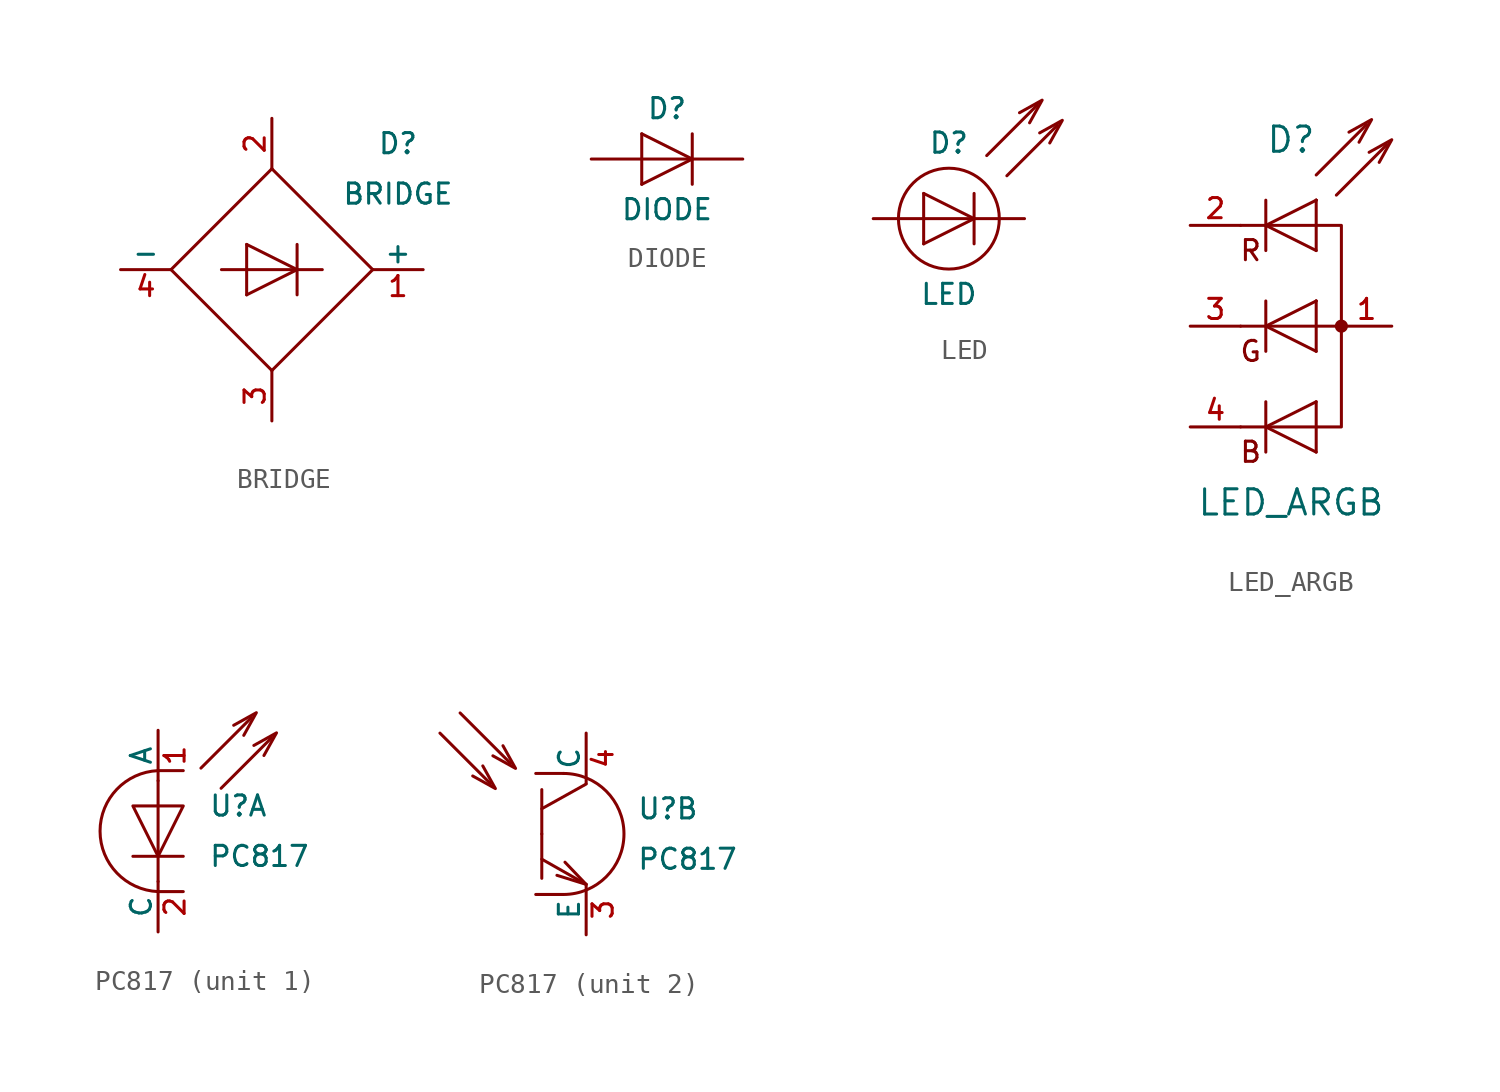
<source format=kicad_sym>
(kicad_symbol_lib
  (version 20241209)
  (generator "kicad_symbol_editor")
  (generator_version "9.0")
  (symbol "BRIDGE"
    (pin_names
      (offset 0))
    (property "Reference" "D"
      (at 6.35 6.35 0)
      (effects (font (size 1.016 1.016))))
    (property "Value" "BRIDGE"
      (at 6.35 3.81 0)
      (effects (font (size 1.016 1.016))))
    (symbol "BRIDGE_0_1"
      (polyline (pts (xy -5.08 0) (xy 0 5.08)) (stroke (width 0) (type default)) (fill (type none)))
      (polyline (pts (xy -5.08 0) (xy 0 -5.08)) (stroke (width 0) (type default)) (fill (type none)))
      (polyline (pts (xy -1.27 0) (xy -2.54 0)) (stroke (width 0) (type default)) (fill (type none)))
      (polyline (pts (xy 0 5.08) (xy 5.08 0)) (stroke (width 0) (type default)) (fill (type none)))
      (polyline (pts (xy 0 -5.08) (xy 5.08 0)) (stroke (width 0) (type default)) (fill (type none)))
      (polyline (pts (xy 2.54 0) (xy 1.27 0)) (stroke (width 0) (type default)) (fill (type none))))
    (symbol "BRIDGE_1_1"
      (polyline (pts (xy -1.27 1.27) (xy -1.27 -1.27)) (stroke (width 0) (type default)) (fill (type none)))
      (polyline (pts (xy -1.27 1.27) (xy 1.27 0)) (stroke (width 0) (type default)) (fill (type none)))
      (polyline (pts (xy -1.27 0) (xy 1.27 0)) (stroke (width 0) (type default)) (fill (type none)))
      (polyline (pts (xy -1.27 -1.27) (xy 1.27 0)) (stroke (width 0) (type default)) (fill (type none)))
      (polyline (pts (xy 1.27 1.27) (xy 1.27 -1.27)) (stroke (width 0) (type default)) (fill (type none)))
      (pin passive line (at -7.62 0 0) (length 2.54) (name "-" (effects (font (size 1.016 1.016)))) (number "4" (effects (font (size 1.016 1.016)))))
      (pin passive line (at 0 7.62 270) (length 2.54) (name "~" (effects (font (size 1.016 1.016)))) (number "2" (effects (font (size 1.016 1.016)))))
      (pin passive line (at 0 -7.62 90) (length 2.54) (name "~" (effects (font (size 1.016 1.016)))) (number "3" (effects (font (size 1.016 1.016)))))
      (pin passive line (at 7.62 0 180) (length 2.54) (name "+" (effects (font (size 1.016 1.016)))) (number "1" (effects (font (size 1.016 1.016)))))))
  (symbol "DIODE"
    (pin_numbers
      (hide yes))
    (pin_names
      (offset 0)
      (hide yes))
    (property "Reference" "D"
      (at 0 2.54 0)
      (effects (font (size 1.016 1.016))))
    (property "Value" "DIODE"
      (at 0 -2.54 0)
      (effects (font (size 1.016 1.016))))
    (symbol "DIODE_1_1"
      (polyline (pts (xy -1.27 1.27) (xy -1.27 -1.27)) (stroke (width 0) (type default)) (fill (type none)))
      (polyline (pts (xy -1.27 1.27) (xy 1.27 0)) (stroke (width 0) (type default)) (fill (type none)))
      (polyline (pts (xy -1.27 0) (xy 1.27 0)) (stroke (width 0) (type default)) (fill (type none)))
      (polyline (pts (xy -1.27 -1.27) (xy 1.27 0)) (stroke (width 0) (type default)) (fill (type none)))
      (polyline (pts (xy 1.27 1.27) (xy 1.27 -1.27)) (stroke (width 0) (type default)) (fill (type none)))
      (pin passive line (at -3.81 0 0) (length 2.54) (name "A" (effects (font (size 1.016 1.016)))) (number "2" (effects (font (size 1.016 1.016)))))
      (pin passive line (at 3.81 0 180) (length 2.54) (name "C" (effects (font (size 1.016 1.016)))) (number "1" (effects (font (size 1.016 1.016)))))))
  (symbol "LED"
    (pin_numbers
      (hide yes))
    (pin_names
      (offset 0)
      (hide yes))
    (property "Reference" "D"
      (at 0 3.81 0)
      (effects (font (size 1.016 1.016))))
    (property "Value" "LED"
      (at 0 -3.81 0)
      (effects (font (size 1.016 1.016))))
    (symbol "LED_0_1"
      (circle (center 0 0) (radius 2.54) (stroke (width 0) (type default)) (fill (type none))))
    (symbol "LED_1_1"
      (polyline (pts (xy -1.27 1.27) (xy -1.27 -1.27)) (stroke (width 0) (type default)) (fill (type none)))
      (polyline (pts (xy -1.27 1.27) (xy 1.27 0)) (stroke (width 0) (type default)) (fill (type none)))
      (polyline (pts (xy -1.27 0) (xy 1.27 0)) (stroke (width 0) (type default)) (fill (type none)))
      (polyline (pts (xy -1.27 -1.27) (xy 1.27 0)) (stroke (width 0) (type default)) (fill (type none)))
      (polyline (pts (xy 1.27 1.27) (xy 1.27 -1.27)) (stroke (width 0) (type default)) (fill (type none)))
      (polyline (pts (xy 4.445 5.715) (xy 1.905 3.175)) (stroke (width 0) (type default)) (fill (type none)))
      (polyline (pts (xy 4.699 5.969) (xy 4.064 4.826) (xy 4.699 5.969) (xy 3.556 5.334) (xy 4.699 5.969)) (stroke (width 0) (type default)) (fill (type none)))
      (polyline (pts (xy 5.461 4.699) (xy 2.921 2.159)) (stroke (width 0) (type default)) (fill (type none)))
      (polyline (pts (xy 5.715 4.953) (xy 5.08 3.81) (xy 5.715 4.953) (xy 4.572 4.318) (xy 5.715 4.953)) (stroke (width 0) (type default)) (fill (type none)))
      (pin passive line (at -3.81 0 0) (length 2.54) (name "A" (effects (font (size 1.016 1.016)))) (number "2" (effects (font (size 1.016 1.016)))))
      (pin passive line (at 3.81 0 180) (length 2.54) (name "C" (effects (font (size 1.016 1.016)))) (number "1" (effects (font (size 1.016 1.016)))))))
  (symbol "LED_ARGB"
    (pin_names
      (offset 0)
      (hide yes))
    (property "Reference" "D"
      (at 0 9.398 0)
      (effects (font (size 1.27 1.27))))
    (property "Value" "LED_ARGB"
      (at 0 -8.89 0)
      (effects (font (size 1.27 1.27))))
    (symbol "LED_ARGB_0_1"
      (polyline (pts (xy -1.27 5.08) (xy -2.54 5.08)) (stroke (width 0) (type default)) (fill (type none)))
      (polyline (pts (xy -1.27 0) (xy -2.54 0)) (stroke (width 0) (type default)) (fill (type none)))
      (polyline (pts (xy -1.27 -5.08) (xy -2.54 -5.08)) (stroke (width 0) (type default)) (fill (type none)))
      (rectangle (start 1.27 6.35) (end 1.27 6.35) (stroke (width 0) (type default)) (fill (type none)))
      (rectangle (start 1.27 6.35) (end 1.27 6.35) (stroke (width 0) (type default)) (fill (type none)))
      (rectangle (start 1.27 1.27) (end 1.27 1.27) (stroke (width 0) (type default)) (fill (type none)))
      (circle (center 2.54 0) (radius 0.254) (stroke (width 0) (type default)) (fill (type outline))))
    (symbol "LED_ARGB_1_0"
      (polyline (pts (xy 1.27 5.08) (xy 2.54 5.08) (xy 2.54 -5.08) (xy 1.27 -5.08)) (stroke (width 0) (type default)) (fill (type none)))
      (polyline (pts (xy 1.27 0) (xy 2.54 0)) (stroke (width 0) (type default)) (fill (type none)))
      (text "R" (at -2.032 3.81 0) (effects (font (size 1.016 1.016))))
      (text "G" (at -2.032 -1.27 0) (effects (font (size 1.016 1.016))))
      (text "B" (at -2.032 -6.35 0) (effects (font (size 1.016 1.016)))))
    (symbol "LED_ARGB_1_1"
      (polyline (pts (xy -1.27 6.35) (xy -1.27 3.81)) (stroke (width 0) (type default)) (fill (type none)))
      (polyline (pts (xy -1.27 1.27) (xy -1.27 -1.27)) (stroke (width 0) (type default)) (fill (type none)))
      (polyline (pts (xy -1.27 -3.81) (xy -1.27 -6.35)) (stroke (width 0) (type default)) (fill (type none)))
      (polyline (pts (xy 1.27 6.35) (xy -1.27 5.08)) (stroke (width 0) (type default)) (fill (type none)))
      (polyline (pts (xy 1.27 6.35) (xy 1.27 3.81)) (stroke (width 0) (type default)) (fill (type none)))
      (polyline (pts (xy 1.27 5.08) (xy -1.27 5.08)) (stroke (width 0) (type default)) (fill (type none)))
      (polyline (pts (xy 1.27 3.81) (xy -1.27 5.08)) (stroke (width 0) (type default)) (fill (type none)))
      (polyline (pts (xy 1.27 1.27) (xy -1.27 0)) (stroke (width 0) (type default)) (fill (type none)))
      (polyline (pts (xy 1.27 1.27) (xy 1.27 -1.27)) (stroke (width 0) (type default)) (fill (type none)))
      (polyline (pts (xy 1.27 0) (xy -1.27 0)) (stroke (width 0) (type default)) (fill (type none)))
      (polyline (pts (xy 1.27 -1.27) (xy -1.27 0)) (stroke (width 0) (type default)) (fill (type none)))
      (polyline (pts (xy 1.27 -3.81) (xy -1.27 -5.08)) (stroke (width 0) (type default)) (fill (type none)))
      (polyline (pts (xy 1.27 -3.81) (xy 1.27 -6.35)) (stroke (width 0) (type default)) (fill (type none)))
      (polyline (pts (xy 1.27 -5.08) (xy -1.27 -5.08)) (stroke (width 0) (type default)) (fill (type none)))
      (polyline (pts (xy 1.27 -6.35) (xy -1.27 -5.08)) (stroke (width 0) (type default)) (fill (type none)))
      (polyline (pts (xy 3.81 10.16) (xy 1.27 7.62)) (stroke (width 0) (type default)) (fill (type none)))
      (polyline (pts (xy 4.064 10.414) (xy 2.921 9.779) (xy 4.064 10.414) (xy 3.429 9.271) (xy 4.064 10.414)) (stroke (width 0) (type default)) (fill (type none)))
      (polyline (pts (xy 4.826 9.144) (xy 2.286 6.604)) (stroke (width 0) (type default)) (fill (type none)))
      (polyline (pts (xy 5.08 9.398) (xy 3.937 8.763) (xy 5.08 9.398) (xy 4.445 8.255) (xy 5.08 9.398)) (stroke (width 0) (type default)) (fill (type none)))
      (pin passive line (at -5.08 5.08 0) (length 2.54) (name "RK" (effects (font (size 1.016 1.016)))) (number "2" (effects (font (size 1.016 1.016)))))
      (pin passive line (at -5.08 0 0) (length 2.54) (name "GK" (effects (font (size 1.016 1.016)))) (number "3" (effects (font (size 1.016 1.016)))))
      (pin passive line (at -5.08 -5.08 0) (length 2.54) (name "BK" (effects (font (size 1.016 1.016)))) (number "4" (effects (font (size 1.016 1.016)))))
      (pin passive line (at 5.08 0 180) (length 2.54) (name "A" (effects (font (size 1.016 1.016)))) (number "1" (effects (font (size 1.016 1.016)))))))
  (symbol "PC817"
    (pin_names
      (offset 0))
    (property "Reference" "U"
      (at 2.54 1.27 0)
      (effects (font (size 1.016 1.016)) (justify left)))
    (property "Value" "PC817"
      (at 2.54 -1.27 0)
      (effects (font (size 1.016 1.016)) (justify left)))
    (property "ki_locked" ""
      (at 0 0 0)
      (effects (font (size 1.27 1.27))))
    (symbol "PC817_1_1"
      (polyline (pts (xy -1.27 -1.27) (xy 1.27 -1.27)) (stroke (width 0) (type default)) (fill (type none)))
      (polyline (pts (xy 0 3.048) (xy 1.27 3.048)) (stroke (width 0) (type default)) (fill (type none)))
      (polyline (pts (xy 0 2.54) (xy 0 -2.54)) (stroke (width 0) (type default)) (fill (type none)))
      (polyline (pts (xy 0 -1.27) (xy 1.27 1.27) (xy -1.27 1.27) (xy 0 -1.27)) (stroke (width 0) (type default)) (fill (type none)))
      (arc (start 0 -3.048) (mid -2.9236 0) (end 0 3.048) (stroke (width 0) (type default)) (fill (type none)))
      (polyline (pts (xy 1.27 -3.048) (xy 0 -3.048)) (stroke (width 0) (type default)) (fill (type none)))
      (polyline (pts (xy 4.699 5.715) (xy 2.159 3.175)) (stroke (width 0) (type default)) (fill (type none)))
      (polyline (pts (xy 4.953 5.969) (xy 4.318 4.826) (xy 4.953 5.969) (xy 3.81 5.334) (xy 4.953 5.969)) (stroke (width 0) (type default)) (fill (type none)))
      (polyline (pts (xy 5.715 4.699) (xy 3.175 2.159)) (stroke (width 0) (type default)) (fill (type none)))
      (polyline (pts (xy 5.969 4.953) (xy 5.334 3.81) (xy 5.969 4.953) (xy 4.826 4.318) (xy 5.969 4.953)) (stroke (width 0) (type default)) (fill (type none)))
      (pin passive line (at 0 5.08 270) (length 2.54) (name "A" (effects (font (size 1.016 1.016)))) (number "1" (effects (font (size 1.016 1.016)))))
      (pin passive line (at 0 -5.08 90) (length 2.54) (name "C" (effects (font (size 1.016 1.016)))) (number "2" (effects (font (size 1.016 1.016))))))
    (symbol "PC817_2_1"
      (polyline (pts (xy -4.826 2.54) (xy -7.366 5.08)) (stroke (width 0) (type default)) (fill (type none)))
      (polyline (pts (xy -4.572 2.286) (xy -5.715 2.921) (xy -4.572 2.286) (xy -5.207 3.429) (xy -4.572 2.286)) (stroke (width 0) (type default)) (fill (type none)))
      (polyline (pts (xy -3.81 3.556) (xy -6.35 6.096)) (stroke (width 0) (type default)) (fill (type none)))
      (polyline (pts (xy -3.556 3.302) (xy -4.699 3.937) (xy -3.556 3.302) (xy -4.191 4.445) (xy -3.556 3.302)) (stroke (width 0) (type default)) (fill (type none)))
      (polyline (pts (xy -2.54 3.048) (xy -1.143 3.048)) (stroke (width 0) (type default)) (fill (type none)))
      (polyline (pts (xy -2.235 0) (xy -2.235 2.235)) (stroke (width 0) (type default)) (fill (type none)))
      (polyline (pts (xy -2.235 0) (xy -2.235 -2.235)) (stroke (width 0) (type default)) (fill (type none)))
      (arc (start -1.143 3.048) (mid 1.8918 0) (end -1.143 -3.048) (stroke (width 0) (type default)) (fill (type none)))
      (polyline (pts (xy -1.143 -3.048) (xy -2.54 -3.048)) (stroke (width 0) (type default)) (fill (type none)))
      (polyline (pts (xy -1.067 -1.422) (xy 0 -2.54) (xy -1.473 -2.083)) (stroke (width 0) (type default)) (fill (type none)))
      (polyline (pts (xy 0 2.515) (xy -2.235 1.27)) (stroke (width 0) (type default)) (fill (type none)))
      (polyline (pts (xy 0 -2.54) (xy -2.235 -1.27)) (stroke (width 0) (type default)) (fill (type none)))
      (pin passive line (at 0 5.08 270) (length 2.54) (name "C" (effects (font (size 1.016 1.016)))) (number "4" (effects (font (size 1.016 1.016)))))
      (pin passive line (at 0 -5.08 90) (length 2.54) (name "E" (effects (font (size 1.016 1.016)))) (number "3" (effects (font (size 1.016 1.016))))))))
</source>
